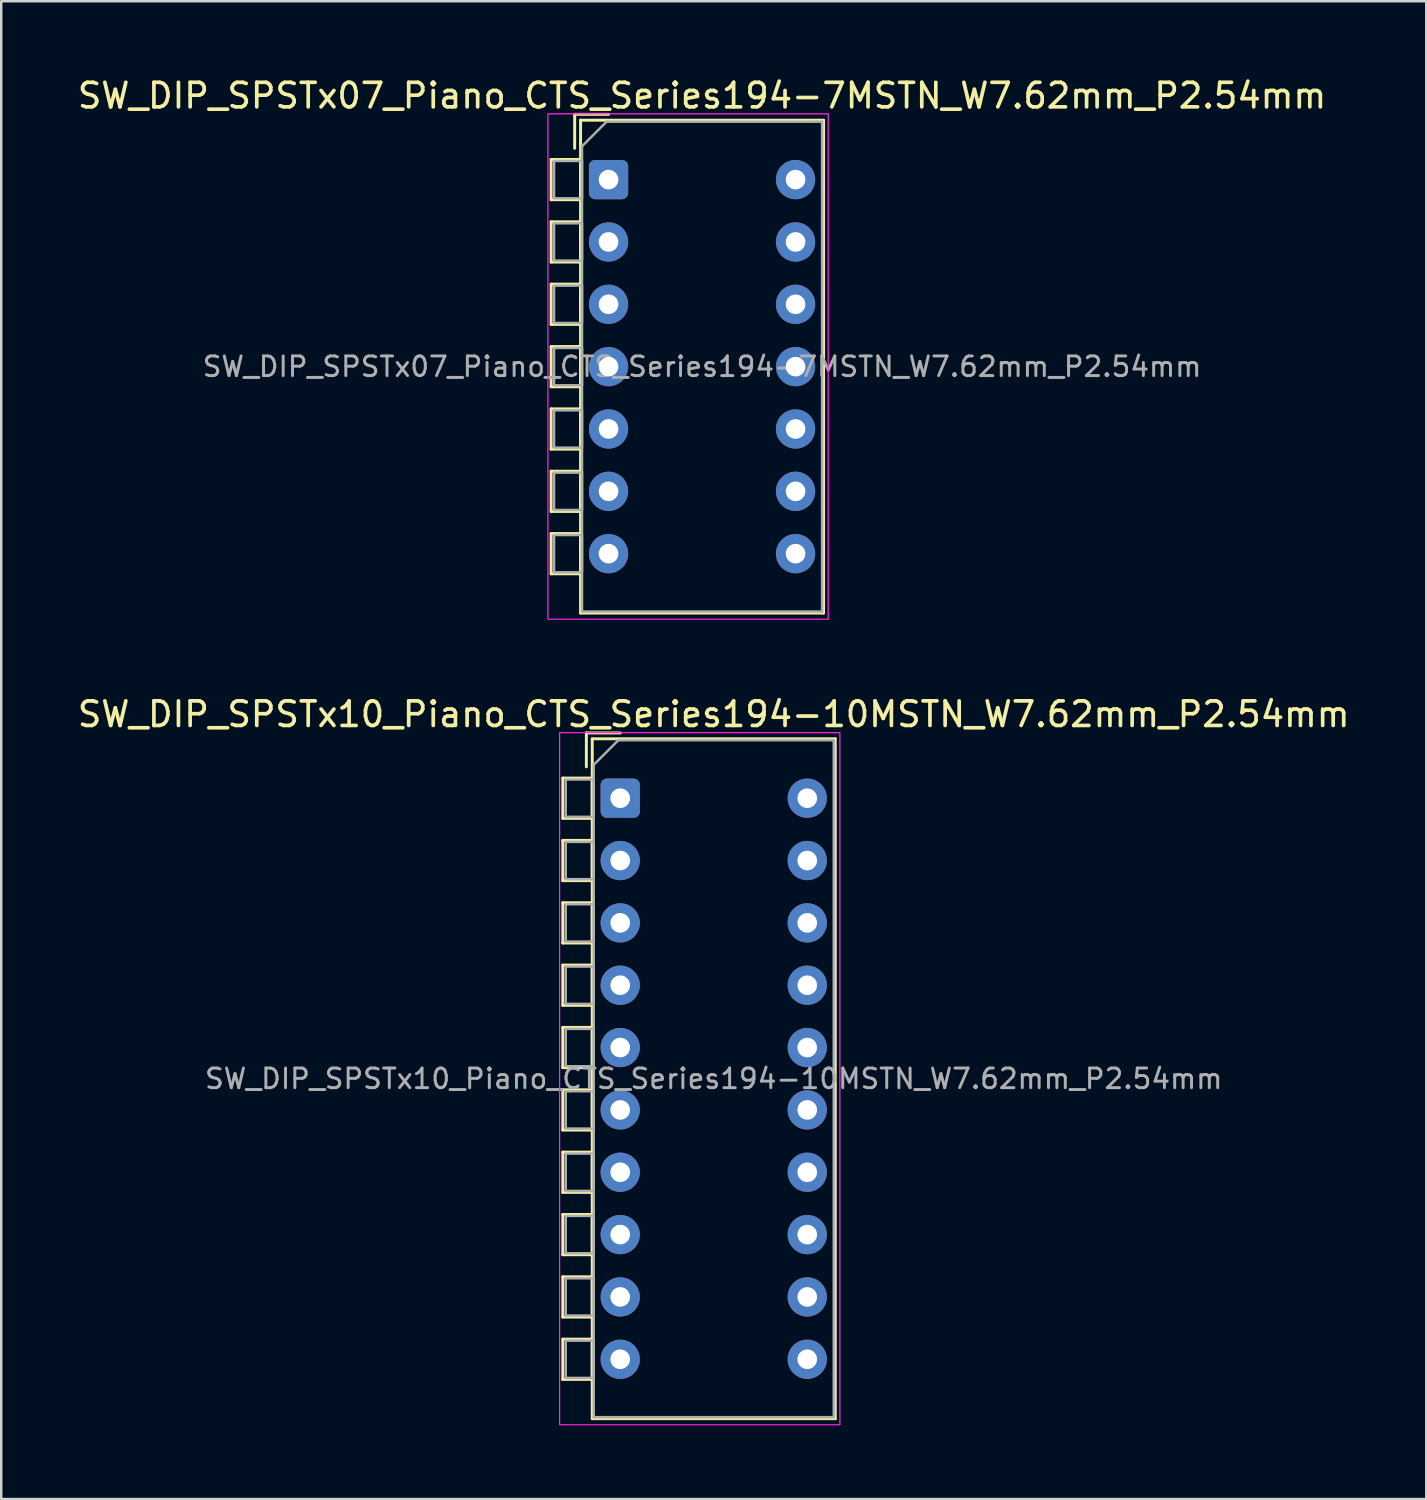
<source format=kicad_pcb>
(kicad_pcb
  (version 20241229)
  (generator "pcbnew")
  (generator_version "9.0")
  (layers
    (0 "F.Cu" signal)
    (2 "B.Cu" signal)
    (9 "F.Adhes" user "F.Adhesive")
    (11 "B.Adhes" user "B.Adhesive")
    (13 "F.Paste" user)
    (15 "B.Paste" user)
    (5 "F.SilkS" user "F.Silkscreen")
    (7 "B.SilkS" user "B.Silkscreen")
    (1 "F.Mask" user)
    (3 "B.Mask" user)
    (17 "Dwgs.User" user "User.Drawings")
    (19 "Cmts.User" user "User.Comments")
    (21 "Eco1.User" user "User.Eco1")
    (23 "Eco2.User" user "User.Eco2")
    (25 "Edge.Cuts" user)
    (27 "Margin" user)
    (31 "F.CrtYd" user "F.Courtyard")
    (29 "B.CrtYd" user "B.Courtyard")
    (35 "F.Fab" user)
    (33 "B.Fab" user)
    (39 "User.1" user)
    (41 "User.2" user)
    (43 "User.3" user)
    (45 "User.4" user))
  (footprint "SW_DIP_SPSTx10_Piano_CTS_Series194-10MSTN_W7.62mm_P2.54mm"
    (layer "F.Cu")
    (at 22.22 29.471)
    (property "Reference" "SW_DIP_SPSTx10_Piano_CTS_Series194-10MSTN_W7.62mm_P2.54mm" (at 3.81 -3.42 0) (layer "F.SilkS") (effects (font (size 1 1) (thickness 0.15))))
    (attr through_hole)
    (fp_line (start -2.34 -0.82) (end -2.34 0.82) (stroke (width 0.12) (type solid)) (layer "F.SilkS"))
    (fp_line (start -2.34 -0.82) (end -1.14 -0.82) (stroke (width 0.12) (type solid)) (layer "F.SilkS"))
    (fp_line (start -2.34 0.82) (end -1.14 0.82) (stroke (width 0.12) (type solid)) (layer "F.SilkS"))
    (fp_line (start -2.34 1.72) (end -2.34 3.36) (stroke (width 0.12) (type solid)) (layer "F.SilkS"))
    (fp_line (start -2.34 1.72) (end -1.14 1.72) (stroke (width 0.12) (type solid)) (layer "F.SilkS"))
    (fp_line (start -2.34 3.36) (end -1.14 3.36) (stroke (width 0.12) (type solid)) (layer "F.SilkS"))
    (fp_line (start -2.34 4.26) (end -2.34 5.9) (stroke (width 0.12) (type solid)) (layer "F.SilkS"))
    (fp_line (start -2.34 4.26) (end -1.14 4.26) (stroke (width 0.12) (type solid)) (layer "F.SilkS"))
    (fp_line (start -2.34 5.9) (end -1.14 5.9) (stroke (width 0.12) (type solid)) (layer "F.SilkS"))
    (fp_line (start -2.34 6.8) (end -2.34 8.44) (stroke (width 0.12) (type solid)) (layer "F.SilkS"))
    (fp_line (start -2.34 6.8) (end -1.14 6.8) (stroke (width 0.12) (type solid)) (layer "F.SilkS"))
    (fp_line (start -2.34 8.44) (end -1.14 8.44) (stroke (width 0.12) (type solid)) (layer "F.SilkS"))
    (fp_line (start -2.34 9.34) (end -2.34 10.98) (stroke (width 0.12) (type solid)) (layer "F.SilkS"))
    (fp_line (start -2.34 9.34) (end -1.14 9.34) (stroke (width 0.12) (type solid)) (layer "F.SilkS"))
    (fp_line (start -2.34 10.98) (end -1.14 10.98) (stroke (width 0.12) (type solid)) (layer "F.SilkS"))
    (fp_line (start -2.34 11.88) (end -2.34 13.52) (stroke (width 0.12) (type solid)) (layer "F.SilkS"))
    (fp_line (start -2.34 11.88) (end -1.14 11.88) (stroke (width 0.12) (type solid)) (layer "F.SilkS"))
    (fp_line (start -2.34 13.52) (end -1.14 13.52) (stroke (width 0.12) (type solid)) (layer "F.SilkS"))
    (fp_line (start -2.34 14.42) (end -2.34 16.06) (stroke (width 0.12) (type solid)) (layer "F.SilkS"))
    (fp_line (start -2.34 14.42) (end -1.14 14.42) (stroke (width 0.12) (type solid)) (layer "F.SilkS"))
    (fp_line (start -2.34 16.06) (end -1.14 16.06) (stroke (width 0.12) (type solid)) (layer "F.SilkS"))
    (fp_line (start -2.34 16.96) (end -2.34 18.6) (stroke (width 0.12) (type solid)) (layer "F.SilkS"))
    (fp_line (start -2.34 16.96) (end -1.14 16.96) (stroke (width 0.12) (type solid)) (layer "F.SilkS"))
    (fp_line (start -2.34 18.6) (end -1.14 18.6) (stroke (width 0.12) (type solid)) (layer "F.SilkS"))
    (fp_line (start -2.34 19.5) (end -2.34 21.14) (stroke (width 0.12) (type solid)) (layer "F.SilkS"))
    (fp_line (start -2.34 19.5) (end -1.14 19.5) (stroke (width 0.12) (type solid)) (layer "F.SilkS"))
    (fp_line (start -2.34 21.14) (end -1.14 21.14) (stroke (width 0.12) (type solid)) (layer "F.SilkS"))
    (fp_line (start -2.34 22.04) (end -2.34 23.68) (stroke (width 0.12) (type solid)) (layer "F.SilkS"))
    (fp_line (start -2.34 22.04) (end -1.14 22.04) (stroke (width 0.12) (type solid)) (layer "F.SilkS"))
    (fp_line (start -2.34 23.68) (end -1.14 23.68) (stroke (width 0.12) (type solid)) (layer "F.SilkS"))
    (fp_line (start -1.38 -2.66) (end -1.38 -1.277) (stroke (width 0.12) (type solid)) (layer "F.SilkS"))
    (fp_line (start -1.38 -2.66) (end 0.003 -2.66) (stroke (width 0.12) (type solid)) (layer "F.SilkS"))
    (fp_line (start -1.14 -2.42) (end -1.14 25.28) (stroke (width 0.12) (type solid)) (layer "F.SilkS"))
    (fp_line (start -1.14 -2.42) (end 8.76 -2.42) (stroke (width 0.12) (type solid)) (layer "F.SilkS"))
    (fp_line (start -1.14 -0.82) (end -1.14 0.82) (stroke (width 0.12) (type solid)) (layer "F.SilkS"))
    (fp_line (start -1.14 1.72) (end -1.14 3.36) (stroke (width 0.12) (type solid)) (layer "F.SilkS"))
    (fp_line (start -1.14 4.26) (end -1.14 5.9) (stroke (width 0.12) (type solid)) (layer "F.SilkS"))
    (fp_line (start -1.14 6.8) (end -1.14 8.44) (stroke (width 0.12) (type solid)) (layer "F.SilkS"))
    (fp_line (start -1.14 9.34) (end -1.14 10.98) (stroke (width 0.12) (type solid)) (layer "F.SilkS"))
    (fp_line (start -1.14 11.88) (end -1.14 13.52) (stroke (width 0.12) (type solid)) (layer "F.SilkS"))
    (fp_line (start -1.14 14.42) (end -1.14 16.06) (stroke (width 0.12) (type solid)) (layer "F.SilkS"))
    (fp_line (start -1.14 16.96) (end -1.14 18.6) (stroke (width 0.12) (type solid)) (layer "F.SilkS"))
    (fp_line (start -1.14 19.5) (end -1.14 21.14) (stroke (width 0.12) (type solid)) (layer "F.SilkS"))
    (fp_line (start -1.14 22.04) (end -1.14 23.68) (stroke (width 0.12) (type solid)) (layer "F.SilkS"))
    (fp_line (start -1.14 25.28) (end 8.76 25.28) (stroke (width 0.12) (type solid)) (layer "F.SilkS"))
    (fp_line (start 8.76 -2.42) (end 8.76 25.28) (stroke (width 0.12) (type solid)) (layer "F.SilkS"))
    (fp_rect (start -2.47 -2.67) (end 8.95 25.53) (stroke (width 0.05) (type solid)) (fill no) (layer "F.CrtYd"))
    (fp_line (start -1.08 -1.36) (end -0.08 -2.36) (stroke (width 0.1) (type solid)) (layer "F.Fab"))
    (fp_line (start -1.08 25.22) (end -1.08 -1.36) (stroke (width 0.1) (type solid)) (layer "F.Fab"))
    (fp_line (start -0.08 -2.36) (end 8.7 -2.36) (stroke (width 0.1) (type solid)) (layer "F.Fab"))
    (fp_line (start 8.7 -2.36) (end 8.7 25.22) (stroke (width 0.1) (type solid)) (layer "F.Fab"))
    (fp_line (start 8.7 25.22) (end -1.08 25.22) (stroke (width 0.1) (type solid)) (layer "F.Fab"))
    (fp_rect (start -1.08 -0.76) (end -2.22 0.76) (stroke (width 0.1) (type solid)) (fill no) (layer "F.Fab"))
    (fp_rect (start -1.08 1.78) (end -2.22 3.3) (stroke (width 0.1) (type solid)) (fill no) (layer "F.Fab"))
    (fp_rect (start -1.08 4.32) (end -2.22 5.84) (stroke (width 0.1) (type solid)) (fill no) (layer "F.Fab"))
    (fp_rect (start -1.08 6.86) (end -2.22 8.38) (stroke (width 0.1) (type solid)) (fill no) (layer "F.Fab"))
    (fp_rect (start -1.08 9.4) (end -2.22 10.92) (stroke (width 0.1) (type solid)) (fill no) (layer "F.Fab"))
    (fp_rect (start -1.08 11.94) (end -2.22 13.46) (stroke (width 0.1) (type solid)) (fill no) (layer "F.Fab"))
    (fp_rect (start -1.08 14.48) (end -2.22 16) (stroke (width 0.1) (type solid)) (fill no) (layer "F.Fab"))
    (fp_rect (start -1.08 17.02) (end -2.22 18.54) (stroke (width 0.1) (type solid)) (fill no) (layer "F.Fab"))
    (fp_rect (start -1.08 19.56) (end -2.22 21.08) (stroke (width 0.1) (type solid)) (fill no) (layer "F.Fab"))
    (fp_rect (start -1.08 22.1) (end -2.22 23.62) (stroke (width 0.1) (type solid)) (fill no) (layer "F.Fab"))
    (fp_text user "${REFERENCE}" (at 3.81 11.43 0) (layer "F.Fab") (effects (font (size 0.8 0.8) (thickness 0.12))))
    (pad "1" thru_hole roundrect (at 0 0) (size 1.6 1.6) (drill 0.8) (layers "*.Cu" "*.Mask") (roundrect_rratio 0.156))
    (pad "2" thru_hole circle (at 0 2.54) (size 1.6 1.6) (drill 0.8) (layers "*.Cu" "*.Mask"))
    (pad "3" thru_hole circle (at 0 5.08) (size 1.6 1.6) (drill 0.8) (layers "*.Cu" "*.Mask"))
    (pad "4" thru_hole circle (at 0 7.62) (size 1.6 1.6) (drill 0.8) (layers "*.Cu" "*.Mask"))
    (pad "5" thru_hole circle (at 0 10.16) (size 1.6 1.6) (drill 0.8) (layers "*.Cu" "*.Mask"))
    (pad "6" thru_hole circle (at 0 12.7) (size 1.6 1.6) (drill 0.8) (layers "*.Cu" "*.Mask"))
    (pad "7" thru_hole circle (at 0 15.24) (size 1.6 1.6) (drill 0.8) (layers "*.Cu" "*.Mask"))
    (pad "8" thru_hole circle (at 0 17.78) (size 1.6 1.6) (drill 0.8) (layers "*.Cu" "*.Mask"))
    (pad "9" thru_hole circle (at 0 20.32) (size 1.6 1.6) (drill 0.8) (layers "*.Cu" "*.Mask"))
    (pad "10" thru_hole circle (at 0 22.86) (size 1.6 1.6) (drill 0.8) (layers "*.Cu" "*.Mask"))
    (pad "11" thru_hole circle (at 7.62 22.86) (size 1.6 1.6) (drill 0.8) (layers "*.Cu" "*.Mask"))
    (pad "12" thru_hole circle (at 7.62 20.32) (size 1.6 1.6) (drill 0.8) (layers "*.Cu" "*.Mask"))
    (pad "13" thru_hole circle (at 7.62 17.78) (size 1.6 1.6) (drill 0.8) (layers "*.Cu" "*.Mask"))
    (pad "14" thru_hole circle (at 7.62 15.24) (size 1.6 1.6) (drill 0.8) (layers "*.Cu" "*.Mask"))
    (pad "15" thru_hole circle (at 7.62 12.7) (size 1.6 1.6) (drill 0.8) (layers "*.Cu" "*.Mask"))
    (pad "16" thru_hole circle (at 7.62 10.16) (size 1.6 1.6) (drill 0.8) (layers "*.Cu" "*.Mask"))
    (pad "17" thru_hole circle (at 7.62 7.62) (size 1.6 1.6) (drill 0.8) (layers "*.Cu" "*.Mask"))
    (pad "18" thru_hole circle (at 7.62 5.08) (size 1.6 1.6) (drill 0.8) (layers "*.Cu" "*.Mask"))
    (pad "19" thru_hole circle (at 7.62 2.54) (size 1.6 1.6) (drill 0.8) (layers "*.Cu" "*.Mask"))
    (pad "20" thru_hole circle (at 7.62 0) (size 1.6 1.6) (drill 0.8) (layers "*.Cu" "*.Mask")))
  (footprint "SW_DIP_SPSTx07_Piano_CTS_Series194-7MSTN_W7.62mm_P2.54mm"
    (layer "F.Cu")
    (at 21.744 4.268)
    (property "Reference" "SW_DIP_SPSTx07_Piano_CTS_Series194-7MSTN_W7.62mm_P2.54mm" (at 3.81 -3.42 0) (layer "F.SilkS") (effects (font (size 1 1) (thickness 0.15))))
    (attr through_hole)
    (fp_line (start -2.34 -0.82) (end -2.34 0.82) (stroke (width 0.12) (type solid)) (layer "F.SilkS"))
    (fp_line (start -2.34 -0.82) (end -1.14 -0.82) (stroke (width 0.12) (type solid)) (layer "F.SilkS"))
    (fp_line (start -2.34 0.82) (end -1.14 0.82) (stroke (width 0.12) (type solid)) (layer "F.SilkS"))
    (fp_line (start -2.34 1.72) (end -2.34 3.36) (stroke (width 0.12) (type solid)) (layer "F.SilkS"))
    (fp_line (start -2.34 1.72) (end -1.14 1.72) (stroke (width 0.12) (type solid)) (layer "F.SilkS"))
    (fp_line (start -2.34 3.36) (end -1.14 3.36) (stroke (width 0.12) (type solid)) (layer "F.SilkS"))
    (fp_line (start -2.34 4.26) (end -2.34 5.9) (stroke (width 0.12) (type solid)) (layer "F.SilkS"))
    (fp_line (start -2.34 4.26) (end -1.14 4.26) (stroke (width 0.12) (type solid)) (layer "F.SilkS"))
    (fp_line (start -2.34 5.9) (end -1.14 5.9) (stroke (width 0.12) (type solid)) (layer "F.SilkS"))
    (fp_line (start -2.34 6.8) (end -2.34 8.44) (stroke (width 0.12) (type solid)) (layer "F.SilkS"))
    (fp_line (start -2.34 6.8) (end -1.14 6.8) (stroke (width 0.12) (type solid)) (layer "F.SilkS"))
    (fp_line (start -2.34 8.44) (end -1.14 8.44) (stroke (width 0.12) (type solid)) (layer "F.SilkS"))
    (fp_line (start -2.34 9.34) (end -2.34 10.98) (stroke (width 0.12) (type solid)) (layer "F.SilkS"))
    (fp_line (start -2.34 9.34) (end -1.14 9.34) (stroke (width 0.12) (type solid)) (layer "F.SilkS"))
    (fp_line (start -2.34 10.98) (end -1.14 10.98) (stroke (width 0.12) (type solid)) (layer "F.SilkS"))
    (fp_line (start -2.34 11.88) (end -2.34 13.52) (stroke (width 0.12) (type solid)) (layer "F.SilkS"))
    (fp_line (start -2.34 11.88) (end -1.14 11.88) (stroke (width 0.12) (type solid)) (layer "F.SilkS"))
    (fp_line (start -2.34 13.52) (end -1.14 13.52) (stroke (width 0.12) (type solid)) (layer "F.SilkS"))
    (fp_line (start -2.34 14.42) (end -2.34 16.06) (stroke (width 0.12) (type solid)) (layer "F.SilkS"))
    (fp_line (start -2.34 14.42) (end -1.14 14.42) (stroke (width 0.12) (type solid)) (layer "F.SilkS"))
    (fp_line (start -2.34 16.06) (end -1.14 16.06) (stroke (width 0.12) (type solid)) (layer "F.SilkS"))
    (fp_line (start -1.38 -2.66) (end -1.38 -1.277) (stroke (width 0.12) (type solid)) (layer "F.SilkS"))
    (fp_line (start -1.38 -2.66) (end 0.003 -2.66) (stroke (width 0.12) (type solid)) (layer "F.SilkS"))
    (fp_line (start -1.14 -2.42) (end -1.14 17.66) (stroke (width 0.12) (type solid)) (layer "F.SilkS"))
    (fp_line (start -1.14 -2.42) (end 8.76 -2.42) (stroke (width 0.12) (type solid)) (layer "F.SilkS"))
    (fp_line (start -1.14 -0.82) (end -1.14 0.82) (stroke (width 0.12) (type solid)) (layer "F.SilkS"))
    (fp_line (start -1.14 1.72) (end -1.14 3.36) (stroke (width 0.12) (type solid)) (layer "F.SilkS"))
    (fp_line (start -1.14 4.26) (end -1.14 5.9) (stroke (width 0.12) (type solid)) (layer "F.SilkS"))
    (fp_line (start -1.14 6.8) (end -1.14 8.44) (stroke (width 0.12) (type solid)) (layer "F.SilkS"))
    (fp_line (start -1.14 9.34) (end -1.14 10.98) (stroke (width 0.12) (type solid)) (layer "F.SilkS"))
    (fp_line (start -1.14 11.88) (end -1.14 13.52) (stroke (width 0.12) (type solid)) (layer "F.SilkS"))
    (fp_line (start -1.14 14.42) (end -1.14 16.06) (stroke (width 0.12) (type solid)) (layer "F.SilkS"))
    (fp_line (start -1.14 17.66) (end 8.76 17.66) (stroke (width 0.12) (type solid)) (layer "F.SilkS"))
    (fp_line (start 8.76 -2.42) (end 8.76 17.66) (stroke (width 0.12) (type solid)) (layer "F.SilkS"))
    (fp_rect (start -2.47 -2.68) (end 8.95 17.91) (stroke (width 0.05) (type solid)) (fill no) (layer "F.CrtYd"))
    (fp_line (start -1.08 -1.36) (end -0.08 -2.36) (stroke (width 0.1) (type solid)) (layer "F.Fab"))
    (fp_line (start -1.08 17.6) (end -1.08 -1.36) (stroke (width 0.1) (type solid)) (layer "F.Fab"))
    (fp_line (start -0.08 -2.36) (end 8.7 -2.36) (stroke (width 0.1) (type solid)) (layer "F.Fab"))
    (fp_line (start 8.7 -2.36) (end 8.7 17.6) (stroke (width 0.1) (type solid)) (layer "F.Fab"))
    (fp_line (start 8.7 17.6) (end -1.08 17.6) (stroke (width 0.1) (type solid)) (layer "F.Fab"))
    (fp_rect (start -1.08 -0.76) (end -2.22 0.76) (stroke (width 0.1) (type solid)) (fill no) (layer "F.Fab"))
    (fp_rect (start -1.08 1.78) (end -2.22 3.3) (stroke (width 0.1) (type solid)) (fill no) (layer "F.Fab"))
    (fp_rect (start -1.08 4.32) (end -2.22 5.84) (stroke (width 0.1) (type solid)) (fill no) (layer "F.Fab"))
    (fp_rect (start -1.08 6.86) (end -2.22 8.38) (stroke (width 0.1) (type solid)) (fill no) (layer "F.Fab"))
    (fp_rect (start -1.08 9.4) (end -2.22 10.92) (stroke (width 0.1) (type solid)) (fill no) (layer "F.Fab"))
    (fp_rect (start -1.08 11.94) (end -2.22 13.46) (stroke (width 0.1) (type solid)) (fill no) (layer "F.Fab"))
    (fp_rect (start -1.08 14.48) (end -2.22 16) (stroke (width 0.1) (type solid)) (fill no) (layer "F.Fab"))
    (fp_text user "${REFERENCE}" (at 3.81 7.62 0) (layer "F.Fab") (effects (font (size 0.8 0.8) (thickness 0.12))))
    (pad "1" thru_hole roundrect (at 0 0) (size 1.6 1.6) (drill 0.8) (layers "*.Cu" "*.Mask") (roundrect_rratio 0.156))
    (pad "2" thru_hole circle (at 0 2.54) (size 1.6 1.6) (drill 0.8) (layers "*.Cu" "*.Mask"))
    (pad "3" thru_hole circle (at 0 5.08) (size 1.6 1.6) (drill 0.8) (layers "*.Cu" "*.Mask"))
    (pad "4" thru_hole circle (at 0 7.62) (size 1.6 1.6) (drill 0.8) (layers "*.Cu" "*.Mask"))
    (pad "5" thru_hole circle (at 0 10.16) (size 1.6 1.6) (drill 0.8) (layers "*.Cu" "*.Mask"))
    (pad "6" thru_hole circle (at 0 12.7) (size 1.6 1.6) (drill 0.8) (layers "*.Cu" "*.Mask"))
    (pad "7" thru_hole circle (at 0 15.24) (size 1.6 1.6) (drill 0.8) (layers "*.Cu" "*.Mask"))
    (pad "8" thru_hole circle (at 7.62 15.24) (size 1.6 1.6) (drill 0.8) (layers "*.Cu" "*.Mask"))
    (pad "9" thru_hole circle (at 7.62 12.7) (size 1.6 1.6) (drill 0.8) (layers "*.Cu" "*.Mask"))
    (pad "10" thru_hole circle (at 7.62 10.16) (size 1.6 1.6) (drill 0.8) (layers "*.Cu" "*.Mask"))
    (pad "11" thru_hole circle (at 7.62 7.62) (size 1.6 1.6) (drill 0.8) (layers "*.Cu" "*.Mask"))
    (pad "12" thru_hole circle (at 7.62 5.08) (size 1.6 1.6) (drill 0.8) (layers "*.Cu" "*.Mask"))
    (pad "13" thru_hole circle (at 7.62 2.54) (size 1.6 1.6) (drill 0.8) (layers "*.Cu" "*.Mask"))
    (pad "14" thru_hole circle (at 7.62 0) (size 1.6 1.6) (drill 0.8) (layers "*.Cu" "*.Mask")))
  (gr_rect
    (start -3 -3)
    (end 55.06 58.026)
    (stroke (width 0.1) (type default))
    (fill no)
    (layer "Edge.Cuts")))
</source>
